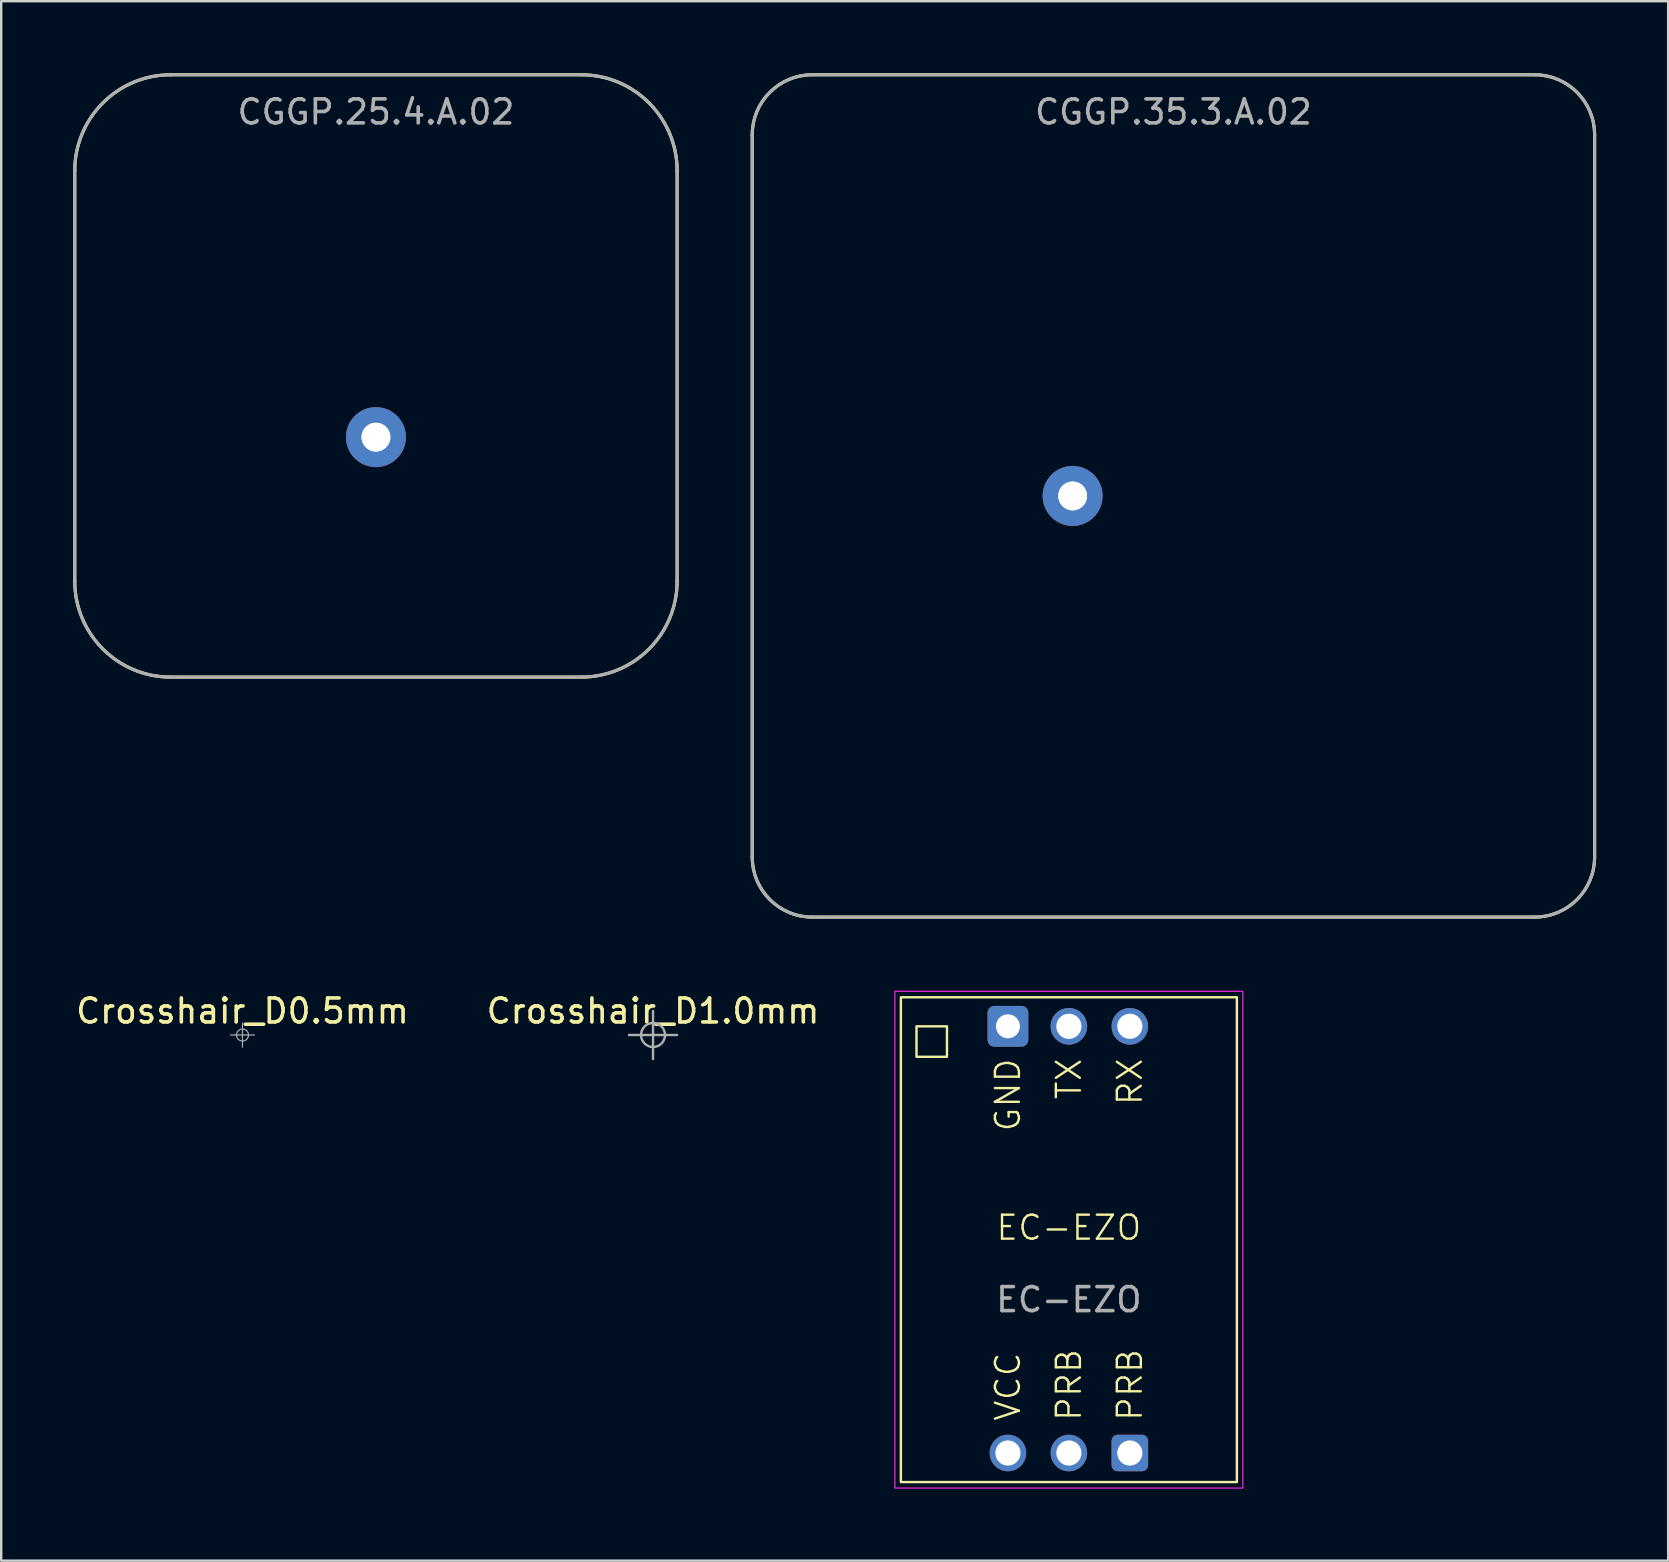
<source format=kicad_pcb>
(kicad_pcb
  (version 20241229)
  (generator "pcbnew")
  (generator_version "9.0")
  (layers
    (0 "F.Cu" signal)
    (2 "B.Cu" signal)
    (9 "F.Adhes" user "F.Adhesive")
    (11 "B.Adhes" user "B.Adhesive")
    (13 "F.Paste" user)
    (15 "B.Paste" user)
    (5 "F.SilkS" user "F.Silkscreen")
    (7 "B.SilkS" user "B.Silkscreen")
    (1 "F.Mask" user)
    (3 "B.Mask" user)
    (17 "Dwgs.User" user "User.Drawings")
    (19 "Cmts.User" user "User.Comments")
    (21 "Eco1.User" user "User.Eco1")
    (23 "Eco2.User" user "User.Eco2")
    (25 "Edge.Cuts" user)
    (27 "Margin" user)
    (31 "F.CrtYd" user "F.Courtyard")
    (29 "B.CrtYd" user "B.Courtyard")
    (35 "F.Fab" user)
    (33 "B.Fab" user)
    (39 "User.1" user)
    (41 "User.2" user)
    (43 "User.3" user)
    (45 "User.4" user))
  (footprint "CGGP.25.4.A.02"
    (layer "F.Cu")
    (at 12.615 12.615)
    (property "Reference" "CGGP.25.4.A.02" (at 0 -11 0) (layer "F.Fab") (effects (font (size 1 1) (thickness 0.15))))
    (attr through_hole)
    (fp_line (start -12.55 8.55) (end -12.55 -8.55) (stroke (width 0.13) (type solid)) (layer "F.SilkS"))
    (fp_line (start -8.55 -12.55) (end 8.55 -12.55) (stroke (width 0.13) (type solid)) (layer "F.SilkS"))
    (fp_line (start 8.55 12.55) (end -8.55 12.55) (stroke (width 0.13) (type solid)) (layer "F.SilkS"))
    (fp_line (start 12.55 -8.55) (end 12.55 8.55) (stroke (width 0.13) (type solid)) (layer "F.SilkS"))
    (fp_arc (start -12.55 -8.55) (mid -11.378427 -11.378427) (end -8.55 -12.55) (stroke (width 0.13) (type solid)) (layer "F.SilkS"))
    (fp_arc (start -8.55 12.55) (mid -11.378427 11.378427) (end -12.55 8.55) (stroke (width 0.13) (type solid)) (layer "F.SilkS"))
    (fp_arc (start 8.55 -12.55) (mid 11.378427 -11.378427) (end 12.55 -8.55) (stroke (width 0.13) (type solid)) (layer "F.SilkS"))
    (fp_arc (start 12.55 8.55) (mid 11.378427 11.378427) (end 8.55 12.55) (stroke (width 0.13) (type solid)) (layer "F.SilkS"))
    (fp_line (start -12.55 8.55) (end -12.55 -8.55) (stroke (width 0.13) (type solid)) (layer "F.Fab"))
    (fp_line (start -8.55 -12.55) (end 8.55 -12.55) (stroke (width 0.13) (type solid)) (layer "F.Fab"))
    (fp_line (start 8.55 12.55) (end -8.55 12.55) (stroke (width 0.13) (type solid)) (layer "F.Fab"))
    (fp_line (start 12.55 -8.55) (end 12.55 8.55) (stroke (width 0.13) (type solid)) (layer "F.Fab"))
    (fp_arc (start -12.55 -8.55) (mid -11.380894 -11.375958) (end -8.556981 -12.549994) (stroke (width 0.13) (type solid)) (layer "F.Fab"))
    (fp_arc (start -8.55 12.55) (mid -11.378427 11.378427) (end -12.55 8.55) (stroke (width 0.13) (type solid)) (layer "F.Fab"))
    (fp_arc (start 8.55 -12.55) (mid 11.378427 -11.378427) (end 12.55 -8.55) (stroke (width 0.13) (type solid)) (layer "F.Fab"))
    (fp_arc (start 12.55 8.55) (mid 11.378427 11.378427) (end 8.55 12.55) (stroke (width 0.13) (type solid)) (layer "F.Fab"))
    (pad "1" thru_hole circle (at 0 2.55) (size 1.2 1.2) (drill 1.2) (layers "F.Cu"))
    (pad "1" thru_hole circle (at 0 2.55) (size 2.5 2.5) (drill 1.2) (layers "B.Cu" "B.Mask")))
  (footprint "Crosshair_D0.5mm"
    (layer "F.Cu")
    (at 7.054 40.078)
    (property "Reference" "Crosshair_D0.5mm" (at 0 -1 0) (unlocked yes) (layer "F.SilkS") (effects (font (size 1 1) (thickness 0.15))))
    (attr board_only exclude_from_pos_files exclude_from_bom)
    (fp_line (start -0.5 0) (end 0.5 0) (stroke (width 0.05) (type solid)) (layer "F.Fab"))
    (fp_line (start 0 -0.5) (end 0 0.5) (stroke (width 0.05) (type solid)) (layer "F.Fab"))
    (fp_circle (center 0 0) (end 0.25 0) (stroke (width 0.05) (type solid)) (fill no) (layer "F.Fab")))
  (footprint "CGGP.35.3.A.02"
    (layer "F.Cu")
    (at 45.845 17.615)
    (property "Reference" "CGGP.35.3.A.02" (at 0 -16 0) (layer "F.Fab") (effects (font (size 1 1) (thickness 0.15))))
    (attr through_hole)
    (fp_line (start -17.55 15.05) (end -17.55 -15.05) (stroke (width 0.13) (type solid)) (layer "F.SilkS"))
    (fp_line (start -15.05 -17.55) (end 15.05 -17.55) (stroke (width 0.13) (type solid)) (layer "F.SilkS"))
    (fp_line (start 15.05 17.55) (end -15.05 17.55) (stroke (width 0.13) (type solid)) (layer "F.SilkS"))
    (fp_line (start 17.55 -15.05) (end 17.55 15.05) (stroke (width 0.13) (type solid)) (layer "F.SilkS"))
    (fp_arc (start -17.55 -15.05) (mid -16.817767 -16.817767) (end -15.05 -17.55) (stroke (width 0.13) (type solid)) (layer "F.SilkS"))
    (fp_arc (start -15.05 17.55) (mid -16.817767 16.817767) (end -17.55 15.05) (stroke (width 0.13) (type solid)) (layer "F.SilkS"))
    (fp_arc (start 15.05 -17.55) (mid 16.817767 -16.817767) (end 17.55 -15.05) (stroke (width 0.13) (type solid)) (layer "F.SilkS"))
    (fp_arc (start 17.55 15.05) (mid 16.817767 16.817767) (end 15.05 17.55) (stroke (width 0.13) (type solid)) (layer "F.SilkS"))
    (fp_line (start -17.55 15.05) (end -17.55 -15.05) (stroke (width 0.13) (type solid)) (layer "F.Fab"))
    (fp_line (start -15.05 -17.55) (end 15.05 -17.55) (stroke (width 0.13) (type solid)) (layer "F.Fab"))
    (fp_line (start 15.05 17.55) (end -15.05 17.55) (stroke (width 0.13) (type solid)) (layer "F.Fab"))
    (fp_line (start 17.55 -15.05) (end 17.55 15.05) (stroke (width 0.13) (type solid)) (layer "F.Fab"))
    (fp_arc (start -17.55 -15.05) (mid -16.817767 -16.817767) (end -15.05 -17.55) (stroke (width 0.13) (type solid)) (layer "F.Fab"))
    (fp_arc (start -15.05 17.55) (mid -16.817767 16.817767) (end -17.55 15.05) (stroke (width 0.13) (type solid)) (layer "F.Fab"))
    (fp_arc (start 15.05 -17.55) (mid 16.817767 -16.817767) (end 17.55 -15.05) (stroke (width 0.13) (type solid)) (layer "F.Fab"))
    (fp_arc (start 17.55 15.05) (mid 16.817767 16.817767) (end 15.05 17.55) (stroke (width 0.13) (type solid)) (layer "F.Fab"))
    (pad "1" thru_hole circle (at -4.2 0) (size 1.2 1.2) (drill 1.2) (layers "F.Cu"))
    (pad "1" thru_hole circle (at -4.2 0) (size 2.5 2.5) (drill 1.2) (layers "B.Cu" "B.Mask")))
  (footprint "Crosshair_D1.0mm"
    (layer "F.Cu")
    (at 24.161 40.078)
    (property "Reference" "Crosshair_D1.0mm" (at 0 -1 0) (unlocked yes) (layer "F.SilkS") (effects (font (size 1 1) (thickness 0.15))))
    (attr board_only exclude_from_pos_files exclude_from_bom)
    (fp_line (start -1 0) (end 1 0) (stroke (width 0.1) (type solid)) (layer "F.Fab"))
    (fp_line (start 0 -1) (end 0 1) (stroke (width 0.1) (type solid)) (layer "F.Fab"))
    (fp_circle (center 0 0) (end 0.5 0) (stroke (width 0.1) (type solid)) (fill no) (layer "F.Fab")))
  (footprint "EC-EZO"
    (layer "F.Cu")
    (at 41.489 48.605)
    (property "Reference" "EC-EZO" (at 0 -0.5 0) (unlocked yes) (layer "F.SilkS") (effects (font (size 1 1) (thickness 0.1))))
    (attr through_hole)
    (fp_rect (start -7 -10.1) (end 7 10.1) (stroke (width 0.1) (type default)) (fill no) (layer "F.SilkS"))
    (fp_rect (start -6.35 -8.89) (end -5.08 -7.62) (stroke (width 0.1) (type default)) (fill no) (layer "F.SilkS"))
    (fp_rect (start -7.25 -10.35) (end 7.25 10.35) (stroke (width 0.05) (type default)) (fill no) (layer "F.CrtYd"))
    (fp_text user "PRB" (at 2.54 7.62 90) (unlocked yes) (layer "F.SilkS") (effects (font (size 1 1) (thickness 0.1)) (justify left)))
    (fp_text user "PRB" (at 0 7.62 90) (unlocked yes) (layer "F.SilkS") (effects (font (size 1 1) (thickness 0.1)) (justify left)))
    (fp_text user "GND" (at -2.54 -7.62 90) (unlocked yes) (layer "F.SilkS") (effects (font (size 1 1) (thickness 0.1)) (justify right)))
    (fp_text user "TX" (at 0 -7.62 90) (unlocked yes) (layer "F.SilkS") (effects (font (size 1 1) (thickness 0.1)) (justify right)))
    (fp_text user "RX" (at 2.54 -7.62 90) (unlocked yes) (layer "F.SilkS") (effects (font (size 1 1) (thickness 0.1)) (justify right)))
    (fp_text user "VCC" (at -2.54 7.62 90) (unlocked yes) (layer "F.SilkS") (effects (font (size 1 1) (thickness 0.1)) (justify left)))
    (fp_text user "${REFERENCE}" (at 0 2.5 0) (unlocked yes) (layer "F.Fab") (effects (font (size 1 1) (thickness 0.15))))
    (pad "1" thru_hole roundrect (at -2.54 -8.89) (size 1.7 1.7) (drill 1) (layers "*.Cu" "*.Mask") (roundrect_rratio 0.164))
    (pad "2" thru_hole circle (at 0 -8.89) (size 1.524 1.524) (drill 1.05) (layers "*.Cu" "*.Mask"))
    (pad "3" thru_hole circle (at 2.54 -8.89) (size 1.524 1.524) (drill 1.05) (layers "*.Cu" "*.Mask"))
    (pad "4" thru_hole roundrect (at 2.54 8.89) (size 1.524 1.524) (drill 1.05) (layers "*.Cu" "*.Mask") (roundrect_rratio 0.164))
    (pad "5" thru_hole circle (at 0 8.89) (size 1.524 1.524) (drill 1.05) (layers "*.Cu" "*.Mask"))
    (pad "6" thru_hole circle (at -2.54 8.89) (size 1.524 1.524) (drill 1.05) (layers "*.Cu" "*.Mask")))
  (gr_rect
    (start -3 -3)
    (end 66.46 61.98)
    (stroke (width 0.1) (type default))
    (fill no)
    (layer "Edge.Cuts")))
</source>
